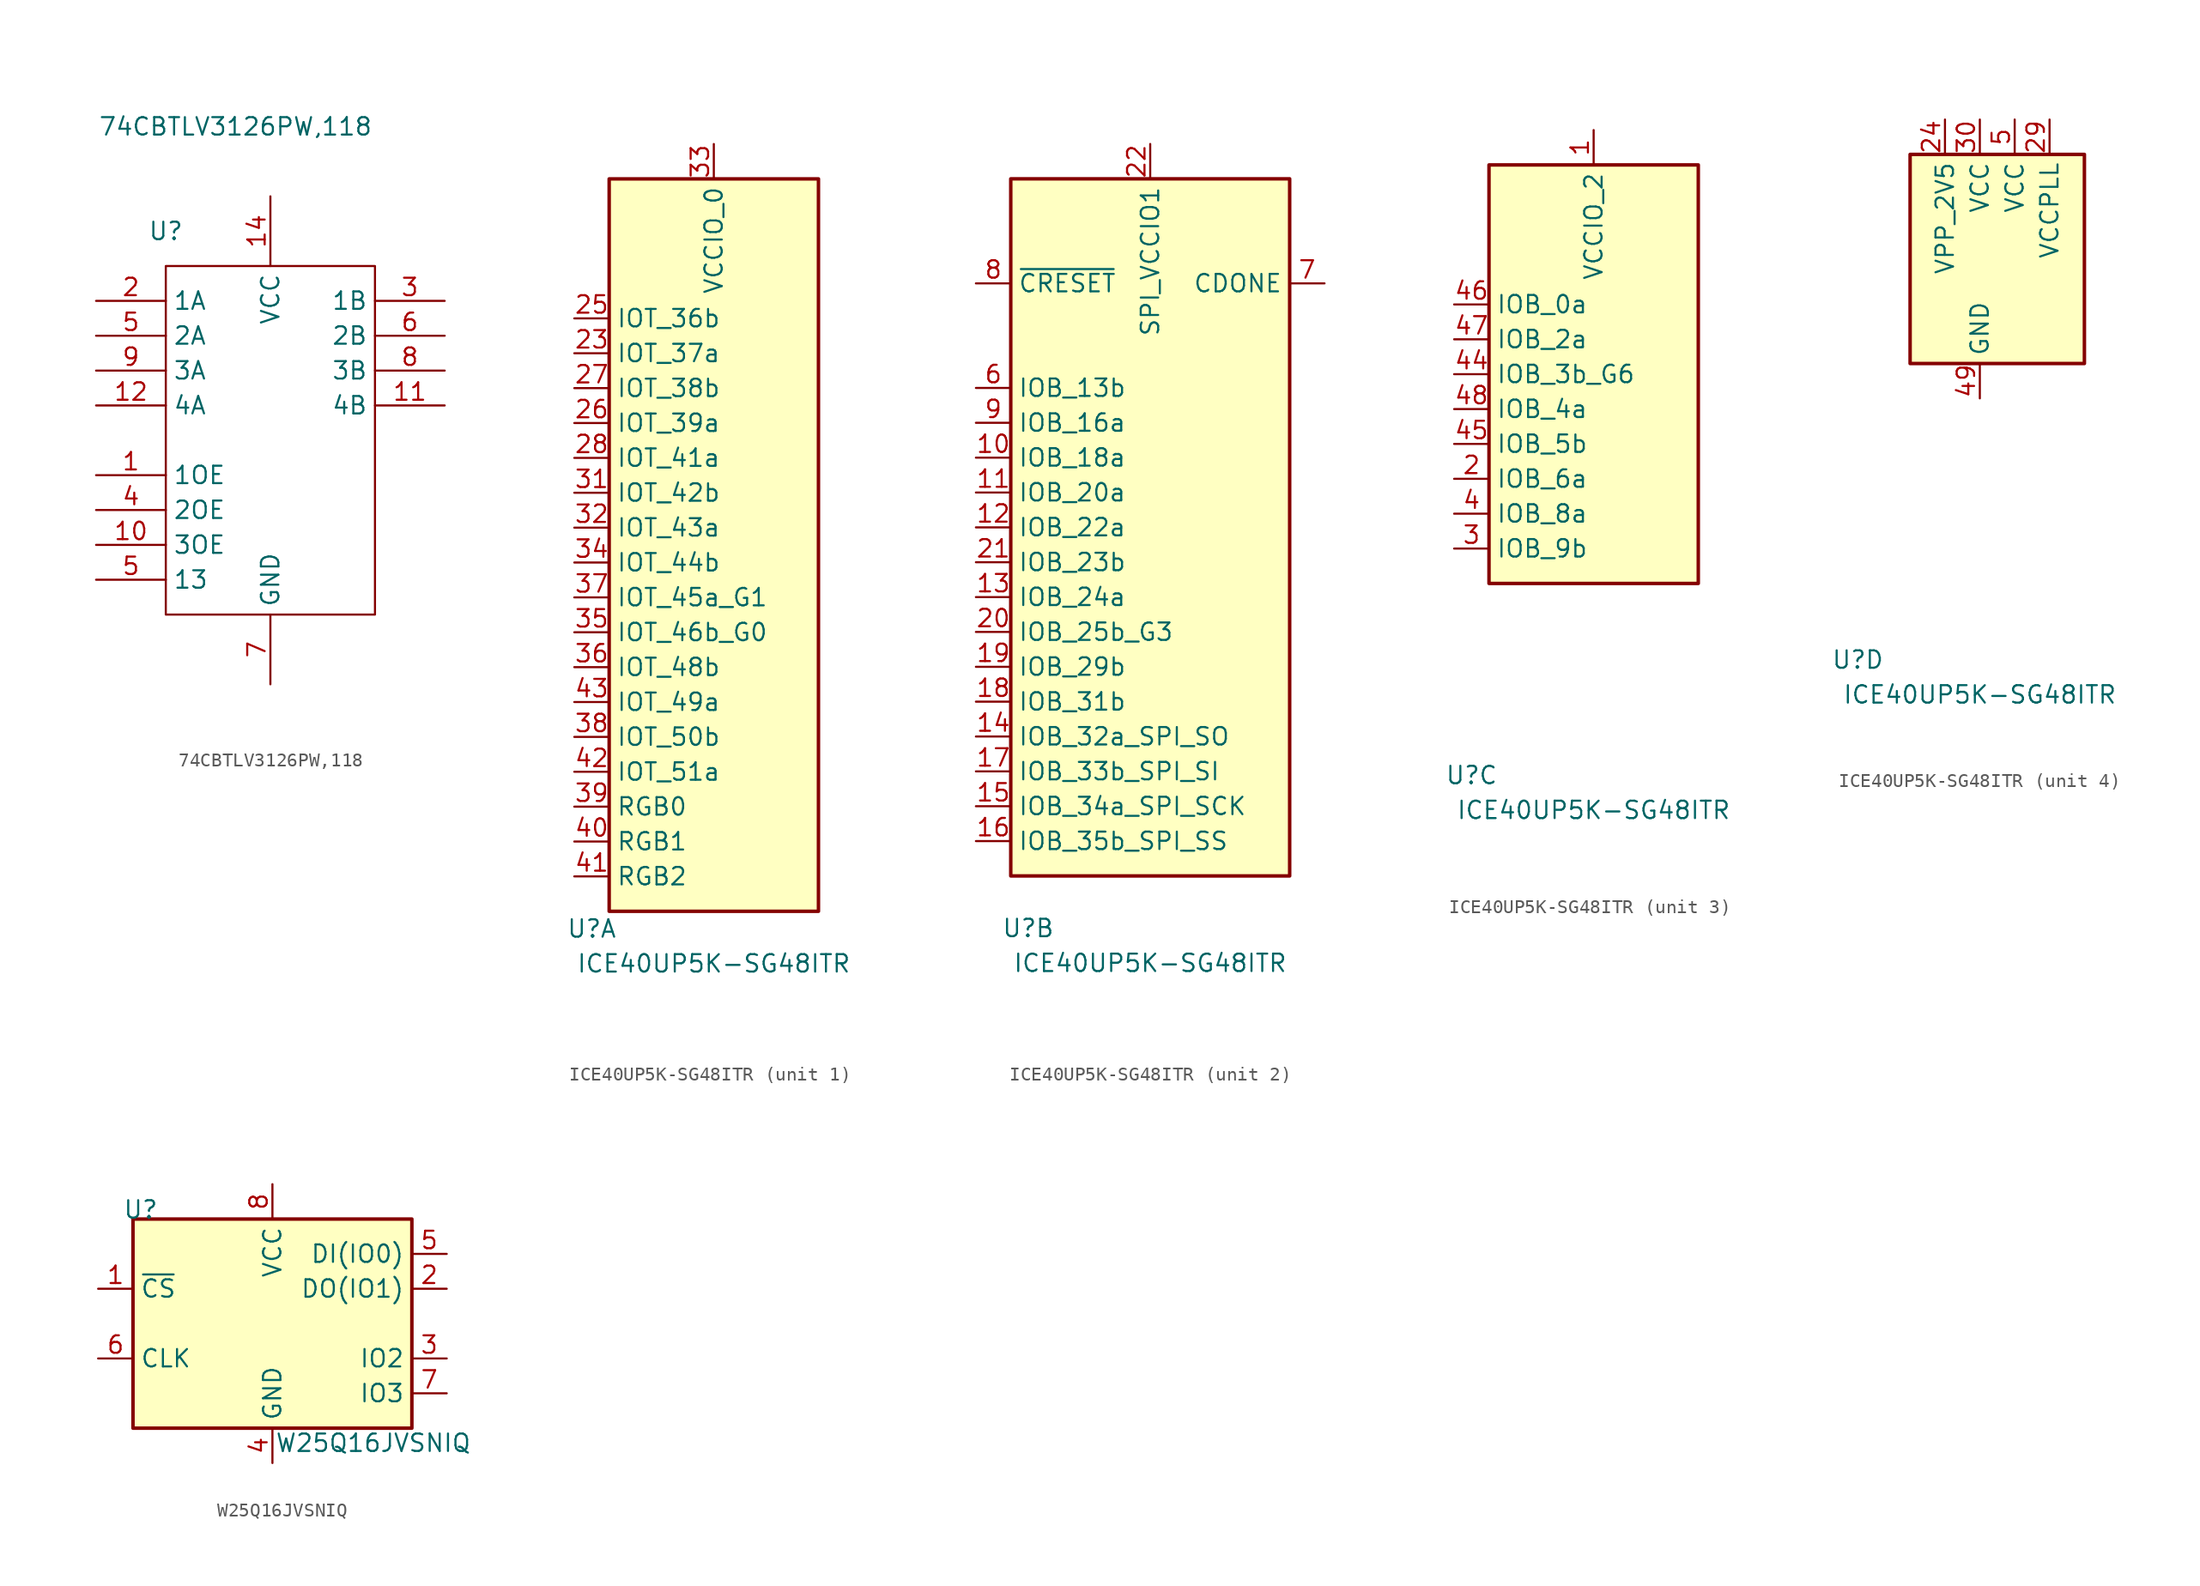
<source format=kicad_sym>
(kicad_symbol_lib
  (version 20220914)
  (generator kicad_symbol_editor)
  (symbol "74CBTLV3126PW,118"
    (property "Reference" "U"
      (at 0 2.54 0)
      (effects (font (size 1.27 1.27))))
    (property "Value" "74CBTLV3126PW,118"
      (at 5.08 10.16 0)
      (effects (font (size 1.27 1.27))))
    (symbol "74CBTLV3126PW,118_0_1"
      (rectangle (start 0 0) (end 15.24 -25.4) (stroke (width 0) (type default)) (fill (type none))))
    (symbol "74CBTLV3126PW,118_1_1"
      (pin input line (at -5.08 -15.24 0) (length 5.08) (name "1OE" (effects (font (size 1.27 1.27)))) (number "1" (effects (font (size 1.27 1.27)))))
      (pin input line (at -5.08 -20.32 0) (length 5.08) (name "3OE" (effects (font (size 1.27 1.27)))) (number "10" (effects (font (size 1.27 1.27)))))
      (pin bidirectional line (at 20.32 -10.16 180) (length 5.08) (name "4B" (effects (font (size 1.27 1.27)))) (number "11" (effects (font (size 1.27 1.27)))))
      (pin bidirectional line (at -5.08 -10.16 0) (length 5.08) (name "4A" (effects (font (size 1.27 1.27)))) (number "12" (effects (font (size 1.27 1.27)))))
      (pin power_in line (at 7.62 5.08 270) (length 5.08) (name "VCC" (effects (font (size 1.27 1.27)))) (number "14" (effects (font (size 1.27 1.27)))))
      (pin bidirectional line (at -5.08 -2.54 0) (length 5.08) (name "1A" (effects (font (size 1.27 1.27)))) (number "2" (effects (font (size 1.27 1.27)))))
      (pin bidirectional line (at 20.32 -2.54 180) (length 5.08) (name "1B" (effects (font (size 1.27 1.27)))) (number "3" (effects (font (size 1.27 1.27)))))
      (pin input line (at -5.08 -17.78 0) (length 5.08) (name "2OE" (effects (font (size 1.27 1.27)))) (number "4" (effects (font (size 1.27 1.27)))))
      (pin input line (at -5.08 -22.86 0) (length 5.08) (name "13" (effects (font (size 1.27 1.27)))) (number "5" (effects (font (size 1.27 1.27)))))
      (pin bidirectional line (at -5.08 -5.08 0) (length 5.08) (name "2A" (effects (font (size 1.27 1.27)))) (number "5" (effects (font (size 1.27 1.27)))))
      (pin bidirectional line (at 20.32 -5.08 180) (length 5.08) (name "2B" (effects (font (size 1.27 1.27)))) (number "6" (effects (font (size 1.27 1.27)))))
      (pin power_in line (at 7.62 -30.48 90) (length 5.08) (name "GND" (effects (font (size 1.27 1.27)))) (number "7" (effects (font (size 1.27 1.27)))))
      (pin bidirectional line (at 20.32 -7.62 180) (length 5.08) (name "3B" (effects (font (size 1.27 1.27)))) (number "8" (effects (font (size 1.27 1.27)))))
      (pin bidirectional line (at -5.08 -7.62 0) (length 5.08) (name "3A" (effects (font (size 1.27 1.27)))) (number "9" (effects (font (size 1.27 1.27)))))))
  (symbol "ICE40UP5K-SG48ITR"
    (property "Reference" "U"
      (at -8.89 -29.21 0)
      (effects (font (size 1.27 1.27))))
    (property "Value" "ICE40UP5K-SG48ITR"
      (at 0 -31.75 0)
      (effects (font (size 1.27 1.27))))
    (property "ki_locked" ""
      (at 0 0 0)
      (effects (font (size 1.27 1.27))))
    (symbol "ICE40UP5K-SG48ITR_1_1"
      (rectangle (start -7.62 25.4) (end 7.62 -27.94) (stroke (width 0.254) (type default)) (fill (type background)))
      (pin bidirectional line (at -10.16 12.7 0) (length 2.54) (name "IOT_37a" (effects (font (size 1.27 1.27)))) (number "23" (effects (font (size 1.27 1.27)))))
      (pin bidirectional line (at -10.16 15.24 0) (length 2.54) (name "IOT_36b" (effects (font (size 1.27 1.27)))) (number "25" (effects (font (size 1.27 1.27)))))
      (pin bidirectional line (at -10.16 7.62 0) (length 2.54) (name "IOT_39a" (effects (font (size 1.27 1.27)))) (number "26" (effects (font (size 1.27 1.27)))))
      (pin bidirectional line (at -10.16 10.16 0) (length 2.54) (name "IOT_38b" (effects (font (size 1.27 1.27)))) (number "27" (effects (font (size 1.27 1.27)))))
      (pin bidirectional line (at -10.16 5.08 0) (length 2.54) (name "IOT_41a" (effects (font (size 1.27 1.27)))) (number "28" (effects (font (size 1.27 1.27)))))
      (pin bidirectional line (at -10.16 2.54 0) (length 2.54) (name "IOT_42b" (effects (font (size 1.27 1.27)))) (number "31" (effects (font (size 1.27 1.27)))))
      (pin bidirectional line (at -10.16 0 0) (length 2.54) (name "IOT_43a" (effects (font (size 1.27 1.27)))) (number "32" (effects (font (size 1.27 1.27)))))
      (pin power_in line (at 0 27.94 270) (length 2.54) (name "VCCIO_0" (effects (font (size 1.27 1.27)))) (number "33" (effects (font (size 1.27 1.27)))))
      (pin bidirectional line (at -10.16 -2.54 0) (length 2.54) (name "IOT_44b" (effects (font (size 1.27 1.27)))) (number "34" (effects (font (size 1.27 1.27)))))
      (pin bidirectional line (at -10.16 -7.62 0) (length 2.54) (name "IOT_46b_G0" (effects (font (size 1.27 1.27)))) (number "35" (effects (font (size 1.27 1.27)))))
      (pin bidirectional line (at -10.16 -10.16 0) (length 2.54) (name "IOT_48b" (effects (font (size 1.27 1.27)))) (number "36" (effects (font (size 1.27 1.27)))))
      (pin bidirectional line (at -10.16 -5.08 0) (length 2.54) (name "IOT_45a_G1" (effects (font (size 1.27 1.27)))) (number "37" (effects (font (size 1.27 1.27)))))
      (pin bidirectional line (at -10.16 -15.24 0) (length 2.54) (name "IOT_50b" (effects (font (size 1.27 1.27)))) (number "38" (effects (font (size 1.27 1.27)))))
      (pin open_collector line (at -10.16 -20.32 0) (length 2.54) (name "RGB0" (effects (font (size 1.27 1.27)))) (number "39" (effects (font (size 1.27 1.27)))))
      (pin open_collector line (at -10.16 -22.86 0) (length 2.54) (name "RGB1" (effects (font (size 1.27 1.27)))) (number "40" (effects (font (size 1.27 1.27)))))
      (pin open_collector line (at -10.16 -25.4 0) (length 2.54) (name "RGB2" (effects (font (size 1.27 1.27)))) (number "41" (effects (font (size 1.27 1.27)))))
      (pin bidirectional line (at -10.16 -17.78 0) (length 2.54) (name "IOT_51a" (effects (font (size 1.27 1.27)))) (number "42" (effects (font (size 1.27 1.27)))))
      (pin bidirectional line (at -10.16 -12.7 0) (length 2.54) (name "IOT_49a" (effects (font (size 1.27 1.27)))) (number "43" (effects (font (size 1.27 1.27))))))
    (symbol "ICE40UP5K-SG48ITR_2_1"
      (rectangle (start -10.16 25.4) (end 10.16 -25.4) (stroke (width 0.254) (type default)) (fill (type background)))
      (pin bidirectional line (at -12.7 5.08 0) (length 2.54) (name "IOB_18a" (effects (font (size 1.27 1.27)))) (number "10" (effects (font (size 1.27 1.27)))))
      (pin bidirectional line (at -12.7 2.54 0) (length 2.54) (name "IOB_20a" (effects (font (size 1.27 1.27)))) (number "11" (effects (font (size 1.27 1.27)))))
      (pin bidirectional line (at -12.7 0 0) (length 2.54) (name "IOB_22a" (effects (font (size 1.27 1.27)))) (number "12" (effects (font (size 1.27 1.27)))))
      (pin bidirectional line (at -12.7 -5.08 0) (length 2.54) (name "IOB_24a" (effects (font (size 1.27 1.27)))) (number "13" (effects (font (size 1.27 1.27)))))
      (pin bidirectional line (at -12.7 -15.24 0) (length 2.54) (name "IOB_32a_SPI_SO" (effects (font (size 1.27 1.27)))) (number "14" (effects (font (size 1.27 1.27)))))
      (pin bidirectional line (at -12.7 -20.32 0) (length 2.54) (name "IOB_34a_SPI_SCK" (effects (font (size 1.27 1.27)))) (number "15" (effects (font (size 1.27 1.27)))))
      (pin bidirectional line (at -12.7 -22.86 0) (length 2.54) (name "IOB_35b_SPI_SS" (effects (font (size 1.27 1.27)))) (number "16" (effects (font (size 1.27 1.27)))))
      (pin bidirectional line (at -12.7 -17.78 0) (length 2.54) (name "IOB_33b_SPI_SI" (effects (font (size 1.27 1.27)))) (number "17" (effects (font (size 1.27 1.27)))))
      (pin bidirectional line (at -12.7 -12.7 0) (length 2.54) (name "IOB_31b" (effects (font (size 1.27 1.27)))) (number "18" (effects (font (size 1.27 1.27)))))
      (pin bidirectional line (at -12.7 -10.16 0) (length 2.54) (name "IOB_29b" (effects (font (size 1.27 1.27)))) (number "19" (effects (font (size 1.27 1.27)))))
      (pin bidirectional line (at -12.7 -7.62 0) (length 2.54) (name "IOB_25b_G3" (effects (font (size 1.27 1.27)))) (number "20" (effects (font (size 1.27 1.27)))))
      (pin bidirectional line (at -12.7 -2.54 0) (length 2.54) (name "IOB_23b" (effects (font (size 1.27 1.27)))) (number "21" (effects (font (size 1.27 1.27)))))
      (pin power_in line (at 0 27.94 270) (length 2.54) (name "SPI_VCCIO1" (effects (font (size 1.27 1.27)))) (number "22" (effects (font (size 1.27 1.27)))))
      (pin bidirectional line (at -12.7 10.16 0) (length 2.54) (name "IOB_13b" (effects (font (size 1.27 1.27)))) (number "6" (effects (font (size 1.27 1.27)))))
      (pin open_collector line (at 12.7 17.78 180) (length 2.54) (name "CDONE" (effects (font (size 1.27 1.27)))) (number "7" (effects (font (size 1.27 1.27)))))
      (pin input line (at -12.7 17.78 0) (length 2.54) (name "~{CRESET}" (effects (font (size 1.27 1.27)))) (number "8" (effects (font (size 1.27 1.27)))))
      (pin bidirectional line (at -12.7 7.62 0) (length 2.54) (name "IOB_16a" (effects (font (size 1.27 1.27)))) (number "9" (effects (font (size 1.27 1.27))))))
    (symbol "ICE40UP5K-SG48ITR_3_1"
      (rectangle (start -7.62 15.24) (end 7.62 -15.24) (stroke (width 0.254) (type default)) (fill (type background)))
      (pin power_in line (at 0 17.78 270) (length 2.54) (name "VCCIO_2" (effects (font (size 1.27 1.27)))) (number "1" (effects (font (size 1.27 1.27)))))
      (pin bidirectional line (at -10.16 -7.62 0) (length 2.54) (name "IOB_6a" (effects (font (size 1.27 1.27)))) (number "2" (effects (font (size 1.27 1.27)))))
      (pin bidirectional line (at -10.16 -12.7 0) (length 2.54) (name "IOB_9b" (effects (font (size 1.27 1.27)))) (number "3" (effects (font (size 1.27 1.27)))))
      (pin bidirectional line (at -10.16 -10.16 0) (length 2.54) (name "IOB_8a" (effects (font (size 1.27 1.27)))) (number "4" (effects (font (size 1.27 1.27)))))
      (pin bidirectional line (at -10.16 0 0) (length 2.54) (name "IOB_3b_G6" (effects (font (size 1.27 1.27)))) (number "44" (effects (font (size 1.27 1.27)))))
      (pin bidirectional line (at -10.16 -5.08 0) (length 2.54) (name "IOB_5b" (effects (font (size 1.27 1.27)))) (number "45" (effects (font (size 1.27 1.27)))))
      (pin bidirectional line (at -10.16 5.08 0) (length 2.54) (name "IOB_0a" (effects (font (size 1.27 1.27)))) (number "46" (effects (font (size 1.27 1.27)))))
      (pin bidirectional line (at -10.16 2.54 0) (length 2.54) (name "IOB_2a" (effects (font (size 1.27 1.27)))) (number "47" (effects (font (size 1.27 1.27)))))
      (pin bidirectional line (at -10.16 -2.54 0) (length 2.54) (name "IOB_4a" (effects (font (size 1.27 1.27)))) (number "48" (effects (font (size 1.27 1.27))))))
    (symbol "ICE40UP5K-SG48ITR_4_1"
      (rectangle (start -5.08 7.62) (end 7.62 -7.62) (stroke (width 0.254) (type default)) (fill (type background)))
      (pin power_in line (at -2.54 10.16 270) (length 2.54) (name "VPP_2V5" (effects (font (size 1.27 1.27)))) (number "24" (effects (font (size 1.27 1.27)))))
      (pin power_in line (at 5.08 10.16 270) (length 2.54) (name "VCCPLL" (effects (font (size 1.27 1.27)))) (number "29" (effects (font (size 1.27 1.27)))))
      (pin power_in line (at 0 10.16 270) (length 2.54) (name "VCC" (effects (font (size 1.27 1.27)))) (number "30" (effects (font (size 1.27 1.27)))))
      (pin power_in line (at 0 -10.16 90) (length 2.54) (name "GND" (effects (font (size 1.27 1.27)))) (number "49" (effects (font (size 1.27 1.27)))))
      (pin power_in line (at 2.54 10.16 270) (length 2.54) (name "VCC" (effects (font (size 1.27 1.27)))) (number "5" (effects (font (size 1.27 1.27)))))))
  (symbol "W25Q16JVSNIQ"
    (property "Reference" "U"
      (at 0.56 0.684 0)
      (effects (font (size 1.27 1.27))))
    (property "Value" "W25Q16JVSNIQ"
      (at 17.508 -16.32 0)
      (effects (font (size 1.27 1.27))))
    (symbol "W25Q16JVSNIQ_0_1"
      (rectangle (start 0 0) (end 20.32 -15.24) (stroke (width 0.254) (type solid)) (fill (type background))))
    (symbol "W25Q16JVSNIQ_1_1"
      (pin input line (at -2.54 -5.08 0) (length 2.54) (name "~{CS}" (effects (font (size 1.27 1.27)))) (number "1" (effects (font (size 1.27 1.27)))))
      (pin bidirectional line (at 22.86 -5.08 180) (length 2.54) (name "DO(IO1)" (effects (font (size 1.27 1.27)))) (number "2" (effects (font (size 1.27 1.27)))))
      (pin bidirectional line (at 22.86 -10.16 180) (length 2.54) (name "IO2" (effects (font (size 1.27 1.27)))) (number "3" (effects (font (size 1.27 1.27)))))
      (pin power_in line (at 10.16 -17.78 90) (length 2.54) (name "GND" (effects (font (size 1.27 1.27)))) (number "4" (effects (font (size 1.27 1.27)))))
      (pin bidirectional line (at 22.86 -2.54 180) (length 2.54) (name "DI(IO0)" (effects (font (size 1.27 1.27)))) (number "5" (effects (font (size 1.27 1.27)))))
      (pin input line (at -2.54 -10.16 0) (length 2.54) (name "CLK" (effects (font (size 1.27 1.27)))) (number "6" (effects (font (size 1.27 1.27)))))
      (pin bidirectional line (at 22.86 -12.7 180) (length 2.54) (name "IO3" (effects (font (size 1.27 1.27)))) (number "7" (effects (font (size 1.27 1.27)))))
      (pin power_in line (at 10.16 2.54 270) (length 2.54) (name "VCC" (effects (font (size 1.27 1.27)))) (number "8" (effects (font (size 1.27 1.27))))))))
</source>
